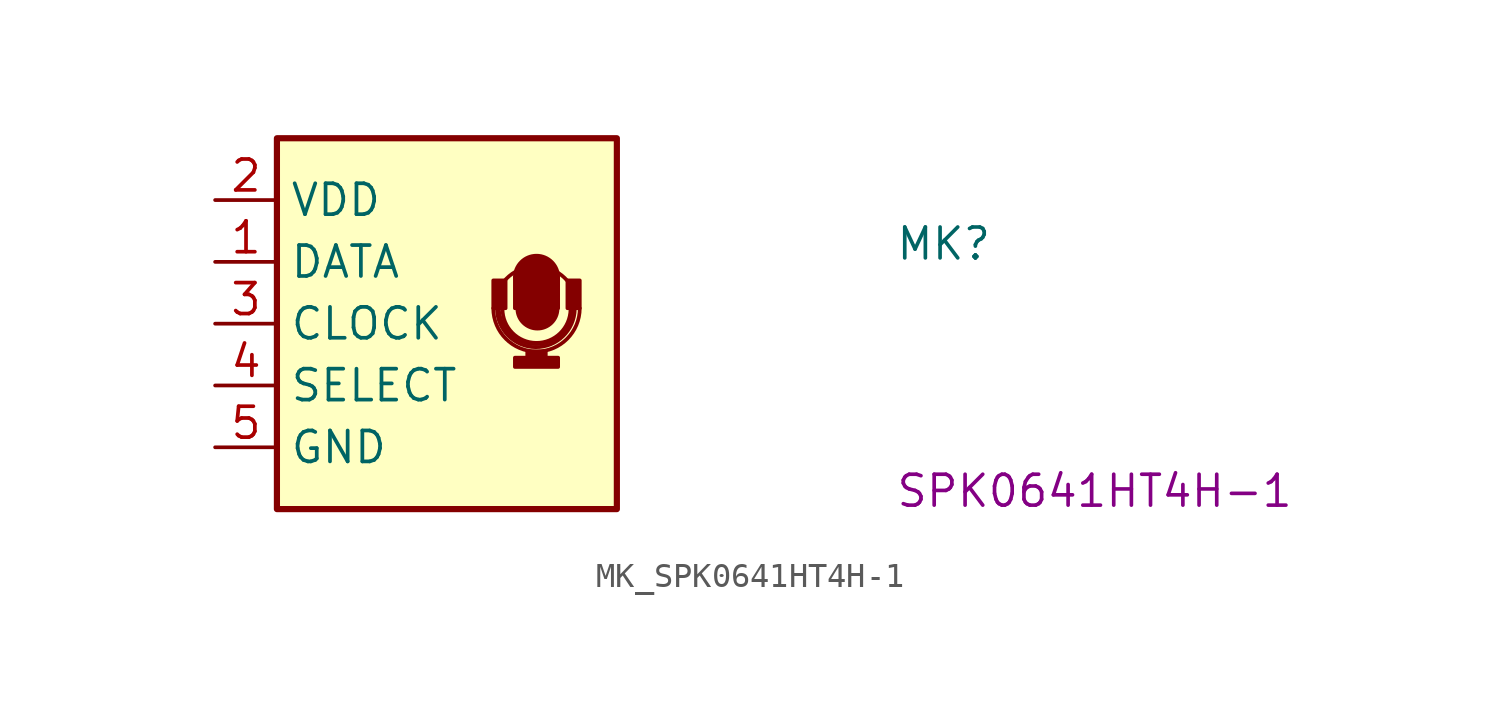
<source format=kicad_sym>
(kicad_symbol_lib
  (version 20220914)
  (generator kicad_symbol_editor)
  (symbol "MK_SPK0641HT4H-1"
    (property "Reference" "MK"
      (at 27.94 -2.54 0)
      (effects (font (size 1.27 1.27) (thickness 0.15)) (justify left bottom)))
    (property "MPN" "SPK0641HT4H-1"
      (at 27.94 -12.7 0)
      (effects (font (size 1.27 1.27) (thickness 0.15)) (justify left bottom)))
    (symbol "MK_SPK0641HT4H-1_0_1"
      (rectangle (start 11.43 -4.445) (end 11.938 -3.302) (stroke (width 0) (type default)) (fill (type outline)))
      (arc (start 11.43 -4.445) (mid 13.208 -6.2153) (end 14.986 -4.445) (stroke (width 0) (type default)) (fill (type none)))
      (arc (start 11.5824 -4.445) (mid 13.1701 -6.0453) (end 14.7828 -4.4704) (stroke (width 0) (type default)) (fill (type none)))
      (arc (start 11.6586 -4.445) (mid 13.1826 -5.919) (end 14.7066 -4.445) (stroke (width 0) (type default)) (fill (type none)))
      (arc (start 11.811 -4.4704) (mid 13.1954 -5.8672) (end 14.605 -4.4958) (stroke (width 0) (type default)) (fill (type none)))
      (rectangle (start 12.319 -6.477) (end 14.097 -6.858) (stroke (width 0) (type default)) (fill (type outline)))
      (rectangle (start 12.319 -3.175) (end 14.097 -4.445) (stroke (width 0) (type default)) (fill (type outline)))
      (arc (start 12.4206 -4.4704) (mid 13.2461 -5.2833) (end 14.0716 -4.4704) (stroke (width 0) (type default)) (fill (type outline)))
      (rectangle (start 12.827 -6.477) (end 13.589 -6.223) (stroke (width 0) (type default)) (fill (type outline)))
      (arc (start 14.097 -3.175) (mid 13.208 -2.2898) (end 12.319 -3.175) (stroke (width 0) (type default)) (fill (type outline)))
      (arc (start 14.8844 -4.3942) (mid 13.1573 -2.7183) (end 11.4808 -4.445) (stroke (width 0) (type default)) (fill (type none)))
      (rectangle (start 14.986 -4.445) (end 14.478 -3.302) (stroke (width 0) (type default)) (fill (type outline))))
    (symbol "MK_SPK0641HT4H-1_1_1"
      (rectangle (start 2.54 2.54) (end 16.51 -12.7) (stroke (width 0.254) (type default)) (fill (type background)))
      (pin input line (at 0 -2.54 0) (length 2.54) (name "DATA" (effects (font (size 1.27 1.27)))) (number "1" (effects (font (size 1.27 1.27)))))
      (pin input line (at 0 0 0) (length 2.54) (name "VDD" (effects (font (size 1.27 1.27)))) (number "2" (effects (font (size 1.27 1.27)))))
      (pin input line (at 0 -5.08 0) (length 2.54) (name "CLOCK" (effects (font (size 1.27 1.27)))) (number "3" (effects (font (size 1.27 1.27)))))
      (pin input line (at 0 -7.62 0) (length 2.54) (name "SELECT" (effects (font (size 1.27 1.27)))) (number "4" (effects (font (size 1.27 1.27)))))
      (pin input line (at 0 -10.16 0) (length 2.54) (name "GND" (effects (font (size 1.27 1.27)))) (number "5" (effects (font (size 1.27 1.27))))))))
</source>
